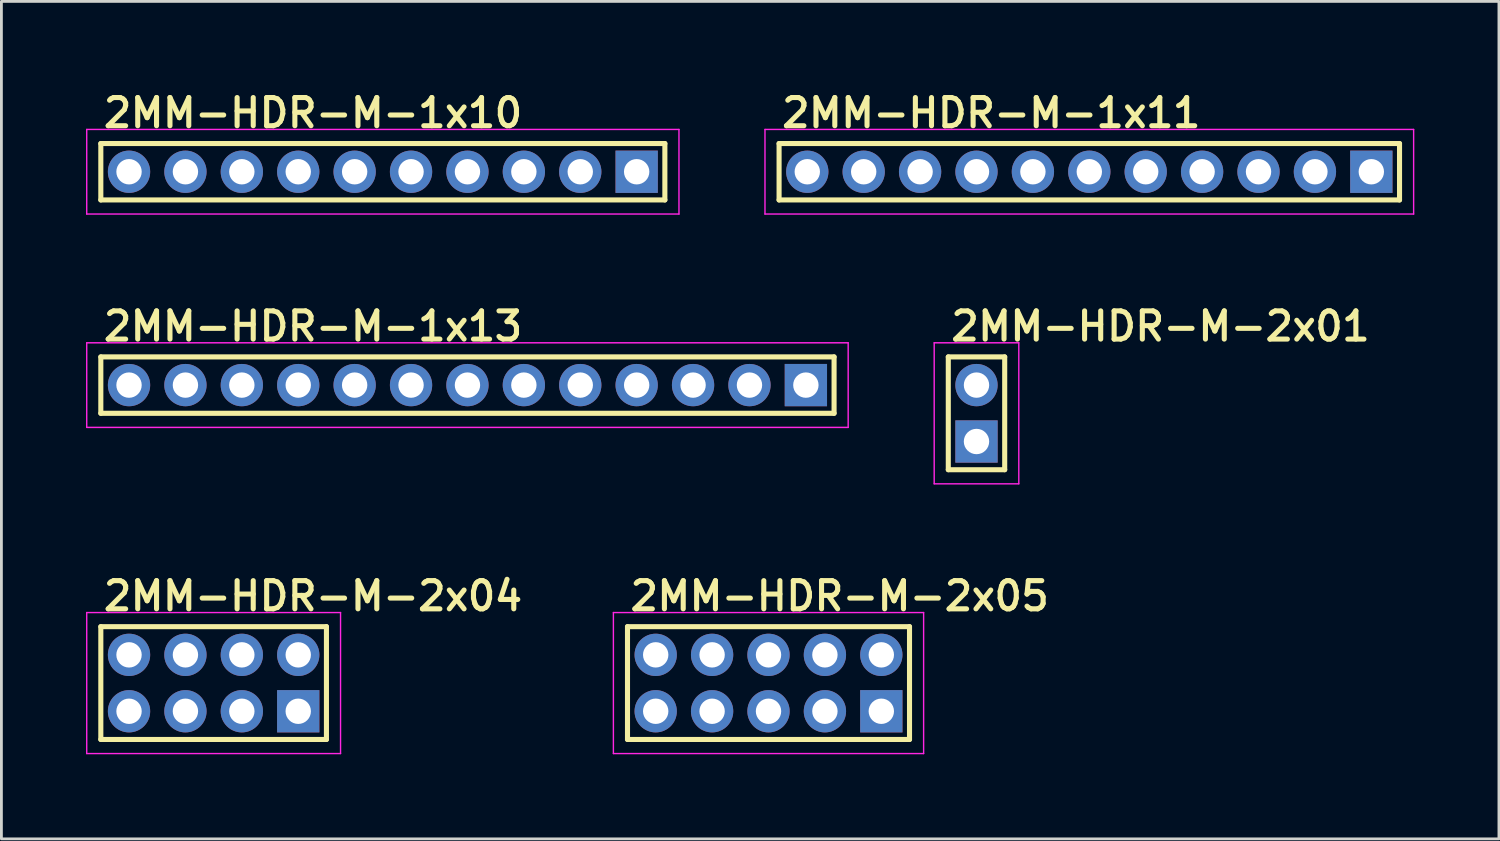
<source format=kicad_pcb>
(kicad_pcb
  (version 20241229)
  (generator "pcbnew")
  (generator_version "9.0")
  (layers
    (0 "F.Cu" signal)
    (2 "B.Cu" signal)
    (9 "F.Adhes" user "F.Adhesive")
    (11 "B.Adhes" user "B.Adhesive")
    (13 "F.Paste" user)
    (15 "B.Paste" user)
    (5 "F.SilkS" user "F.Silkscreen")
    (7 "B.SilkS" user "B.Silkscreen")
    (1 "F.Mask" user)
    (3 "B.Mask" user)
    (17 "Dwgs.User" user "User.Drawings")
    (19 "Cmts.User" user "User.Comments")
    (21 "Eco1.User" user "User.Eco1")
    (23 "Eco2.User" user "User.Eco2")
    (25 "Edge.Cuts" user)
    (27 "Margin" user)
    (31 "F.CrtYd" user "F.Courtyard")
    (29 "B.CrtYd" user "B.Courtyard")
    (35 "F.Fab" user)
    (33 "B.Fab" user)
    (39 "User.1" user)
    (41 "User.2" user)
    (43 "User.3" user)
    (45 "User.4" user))
  (footprint "2MM-HDR-M-2x05"
    (layer "F.Cu")
    (at 24.2 21.17)
    (property "Reference" "2MM-HDR-M-2x05" (at -5 -2.5 0) (layer "F.SilkS") (effects (font (size 1 1) (thickness 0.18)) (justify left bottom)))
    (attr through_hole)
    (fp_line (start -5 -2) (end 5 -2) (stroke (width 0.18) (type solid)) (layer "F.SilkS"))
    (fp_line (start -5 2) (end -5 -2) (stroke (width 0.18) (type solid)) (layer "F.SilkS"))
    (fp_line (start 5 -2) (end 5 2) (stroke (width 0.18) (type solid)) (layer "F.SilkS"))
    (fp_line (start 5 2) (end -5 2) (stroke (width 0.18) (type solid)) (layer "F.SilkS"))
    (fp_line (start -5.5 -2.5) (end 5.5 -2.5) (stroke (width 0.05) (type solid)) (layer "F.CrtYd"))
    (fp_line (start -5.5 2.5) (end -5.5 -2.5) (stroke (width 0.05) (type solid)) (layer "F.CrtYd"))
    (fp_line (start 5.5 -2.5) (end 5.5 2.5) (stroke (width 0.05) (type solid)) (layer "F.CrtYd"))
    (fp_line (start 5.5 2.5) (end -5.5 2.5) (stroke (width 0.05) (type solid)) (layer "F.CrtYd"))
    (pad "1" thru_hole rect (at 4 1) (size 1.5 1.5) (drill 0.9) (layers "*.Cu" "*.Mask"))
    (pad "2" thru_hole circle (at 4 -1) (size 1.5 1.5) (drill 0.9) (layers "*.Cu" "*.Mask"))
    (pad "3" thru_hole circle (at 2 1) (size 1.5 1.5) (drill 0.9) (layers "*.Cu" "*.Mask"))
    (pad "4" thru_hole circle (at 2 -1) (size 1.5 1.5) (drill 0.9) (layers "*.Cu" "*.Mask"))
    (pad "5" thru_hole circle (at 0 1) (size 1.5 1.5) (drill 0.9) (layers "*.Cu" "*.Mask"))
    (pad "6" thru_hole circle (at 0 -1) (size 1.5 1.5) (drill 0.9) (layers "*.Cu" "*.Mask"))
    (pad "7" thru_hole circle (at -2 1) (size 1.5 1.5) (drill 0.9) (layers "*.Cu" "*.Mask"))
    (pad "8" thru_hole circle (at -2 -1) (size 1.5 1.5) (drill 0.9) (layers "*.Cu" "*.Mask"))
    (pad "9" thru_hole circle (at -4 1) (size 1.5 1.5) (drill 0.9) (layers "*.Cu" "*.Mask"))
    (pad "10" thru_hole circle (at -4 -1) (size 1.5 1.5) (drill 0.9) (layers "*.Cu" "*.Mask")))
  (footprint "2MM-HDR-M-1x13"
    (layer "F.Cu")
    (at 13.525 10.605)
    (property "Reference" "2MM-HDR-M-1x13" (at -13 -1.5 0) (layer "F.SilkS") (effects (font (size 1 1) (thickness 0.18)) (justify left bottom)))
    (attr through_hole)
    (fp_line (start -13 -1) (end 13 -1) (stroke (width 0.18) (type solid)) (layer "F.SilkS"))
    (fp_line (start -13 1) (end -13 -1) (stroke (width 0.18) (type solid)) (layer "F.SilkS"))
    (fp_line (start 13 -1) (end 13 1) (stroke (width 0.18) (type solid)) (layer "F.SilkS"))
    (fp_line (start 13 1) (end -13 1) (stroke (width 0.18) (type solid)) (layer "F.SilkS"))
    (fp_line (start -13.5 -1.5) (end 13.5 -1.5) (stroke (width 0.05) (type solid)) (layer "F.CrtYd"))
    (fp_line (start -13.5 1.5) (end -13.5 -1.5) (stroke (width 0.05) (type solid)) (layer "F.CrtYd"))
    (fp_line (start 13.5 -1.5) (end 13.5 1.5) (stroke (width 0.05) (type solid)) (layer "F.CrtYd"))
    (fp_line (start 13.5 1.5) (end -13.5 1.5) (stroke (width 0.05) (type solid)) (layer "F.CrtYd"))
    (pad "1" thru_hole rect (at 12 0) (size 1.5 1.5) (drill 0.9) (layers "*.Cu" "*.Mask"))
    (pad "2" thru_hole circle (at 10 0 90) (size 1.5 1.5) (drill 0.9) (layers "*.Cu" "*.Mask"))
    (pad "3" thru_hole circle (at 8 0 90) (size 1.5 1.5) (drill 0.9) (layers "*.Cu" "*.Mask"))
    (pad "4" thru_hole circle (at 6 0 90) (size 1.5 1.5) (drill 0.9) (layers "*.Cu" "*.Mask"))
    (pad "5" thru_hole circle (at 4 0 90) (size 1.5 1.5) (drill 0.9) (layers "*.Cu" "*.Mask"))
    (pad "6" thru_hole circle (at 2 0 90) (size 1.5 1.5) (drill 0.9) (layers "*.Cu" "*.Mask"))
    (pad "7" thru_hole circle (at 0 0 90) (size 1.5 1.5) (drill 0.9) (layers "*.Cu" "*.Mask"))
    (pad "8" thru_hole circle (at -2 0 90) (size 1.5 1.5) (drill 0.9) (layers "*.Cu" "*.Mask"))
    (pad "9" thru_hole circle (at -4 0 90) (size 1.5 1.5) (drill 0.9) (layers "*.Cu" "*.Mask"))
    (pad "10" thru_hole circle (at -6 0 90) (size 1.5 1.5) (drill 0.9) (layers "*.Cu" "*.Mask"))
    (pad "11" thru_hole circle (at -8 0 90) (size 1.5 1.5) (drill 0.9) (layers "*.Cu" "*.Mask"))
    (pad "12" thru_hole circle (at -10 0 90) (size 1.5 1.5) (drill 0.9) (layers "*.Cu" "*.Mask"))
    (pad "13" thru_hole circle (at -12 0 90) (size 1.5 1.5) (drill 0.9) (layers "*.Cu" "*.Mask")))
  (footprint "2MM-HDR-M-2x04"
    (layer "F.Cu")
    (at 4.525 21.17)
    (property "Reference" "2MM-HDR-M-2x04" (at -4 -2.5 0) (layer "F.SilkS") (effects (font (size 1 1) (thickness 0.18)) (justify left bottom)))
    (attr through_hole)
    (fp_line (start -4 -2) (end 4 -2) (stroke (width 0.18) (type solid)) (layer "F.SilkS"))
    (fp_line (start -4 2) (end -4 -2) (stroke (width 0.18) (type solid)) (layer "F.SilkS"))
    (fp_line (start 4 -2) (end 4 2) (stroke (width 0.18) (type solid)) (layer "F.SilkS"))
    (fp_line (start 4 2) (end -4 2) (stroke (width 0.18) (type solid)) (layer "F.SilkS"))
    (fp_line (start -4.5 -2.5) (end 4.5 -2.5) (stroke (width 0.05) (type solid)) (layer "F.CrtYd"))
    (fp_line (start -4.5 2.5) (end -4.5 -2.5) (stroke (width 0.05) (type solid)) (layer "F.CrtYd"))
    (fp_line (start 4.5 -2.5) (end 4.5 2.5) (stroke (width 0.05) (type solid)) (layer "F.CrtYd"))
    (fp_line (start 4.5 2.5) (end -4.5 2.5) (stroke (width 0.05) (type solid)) (layer "F.CrtYd"))
    (pad "1" thru_hole rect (at 3 1) (size 1.5 1.5) (drill 0.9) (layers "*.Cu" "*.Mask"))
    (pad "2" thru_hole circle (at 3 -1) (size 1.5 1.5) (drill 0.9) (layers "*.Cu" "*.Mask"))
    (pad "3" thru_hole circle (at 1 1) (size 1.5 1.5) (drill 0.9) (layers "*.Cu" "*.Mask"))
    (pad "4" thru_hole circle (at 1 -1) (size 1.5 1.5) (drill 0.9) (layers "*.Cu" "*.Mask"))
    (pad "5" thru_hole circle (at -1 1) (size 1.5 1.5) (drill 0.9) (layers "*.Cu" "*.Mask"))
    (pad "6" thru_hole circle (at -1 -1) (size 1.5 1.5) (drill 0.9) (layers "*.Cu" "*.Mask"))
    (pad "7" thru_hole circle (at -3 1) (size 1.5 1.5) (drill 0.9) (layers "*.Cu" "*.Mask"))
    (pad "8" thru_hole circle (at -3 -1) (size 1.5 1.5) (drill 0.9) (layers "*.Cu" "*.Mask")))
  (footprint "2MM-HDR-M-1x10"
    (layer "F.Cu")
    (at 10.525 3.04)
    (property "Reference" "2MM-HDR-M-1x10" (at -10 -1.5 0) (layer "F.SilkS") (effects (font (size 1 1) (thickness 0.18)) (justify left bottom)))
    (attr through_hole)
    (fp_line (start -10 -1) (end 10 -1) (stroke (width 0.18) (type solid)) (layer "F.SilkS"))
    (fp_line (start -10 1) (end -10 -1) (stroke (width 0.18) (type solid)) (layer "F.SilkS"))
    (fp_line (start 10 -1) (end 10 1) (stroke (width 0.18) (type solid)) (layer "F.SilkS"))
    (fp_line (start 10 1) (end -10 1) (stroke (width 0.18) (type solid)) (layer "F.SilkS"))
    (fp_line (start -10.5 -1.5) (end 10.5 -1.5) (stroke (width 0.05) (type solid)) (layer "F.CrtYd"))
    (fp_line (start -10.5 1.5) (end -10.5 -1.5) (stroke (width 0.05) (type solid)) (layer "F.CrtYd"))
    (fp_line (start 10.5 -1.5) (end 10.5 1.5) (stroke (width 0.05) (type solid)) (layer "F.CrtYd"))
    (fp_line (start 10.5 1.5) (end -10.5 1.5) (stroke (width 0.05) (type solid)) (layer "F.CrtYd"))
    (pad "1" thru_hole rect (at 9 0) (size 1.5 1.5) (drill 0.9) (layers "*.Cu" "*.Mask"))
    (pad "2" thru_hole circle (at 7 0 90) (size 1.5 1.5) (drill 0.9) (layers "*.Cu" "*.Mask"))
    (pad "3" thru_hole circle (at 5 0 90) (size 1.5 1.5) (drill 0.9) (layers "*.Cu" "*.Mask"))
    (pad "4" thru_hole circle (at 3 0 90) (size 1.5 1.5) (drill 0.9) (layers "*.Cu" "*.Mask"))
    (pad "5" thru_hole circle (at 1 0 90) (size 1.5 1.5) (drill 0.9) (layers "*.Cu" "*.Mask"))
    (pad "6" thru_hole circle (at -1 0 90) (size 1.5 1.5) (drill 0.9) (layers "*.Cu" "*.Mask"))
    (pad "7" thru_hole circle (at -3 0 90) (size 1.5 1.5) (drill 0.9) (layers "*.Cu" "*.Mask"))
    (pad "8" thru_hole circle (at -5 0 90) (size 1.5 1.5) (drill 0.9) (layers "*.Cu" "*.Mask"))
    (pad "9" thru_hole circle (at -7 0 90) (size 1.5 1.5) (drill 0.9) (layers "*.Cu" "*.Mask"))
    (pad "10" thru_hole circle (at -9 0 90) (size 1.5 1.5) (drill 0.9) (layers "*.Cu" "*.Mask")))
  (footprint "2MM-HDR-M-2x01"
    (layer "F.Cu")
    (at 31.575 11.605)
    (property "Reference" "2MM-HDR-M-2x01" (at -1 -2.5 0) (layer "F.SilkS") (effects (font (size 1 1) (thickness 0.18)) (justify left bottom)))
    (attr through_hole)
    (fp_line (start -1 -2) (end 1 -2) (stroke (width 0.18) (type solid)) (layer "F.SilkS"))
    (fp_line (start -1 2) (end -1 -2) (stroke (width 0.18) (type solid)) (layer "F.SilkS"))
    (fp_line (start 1 -2) (end 1 2) (stroke (width 0.18) (type solid)) (layer "F.SilkS"))
    (fp_line (start 1 2) (end -1 2) (stroke (width 0.18) (type solid)) (layer "F.SilkS"))
    (fp_line (start -1.5 -2.5) (end 1.5 -2.5) (stroke (width 0.05) (type solid)) (layer "F.CrtYd"))
    (fp_line (start -1.5 2.5) (end -1.5 -2.5) (stroke (width 0.05) (type solid)) (layer "F.CrtYd"))
    (fp_line (start 1.5 -2.5) (end 1.5 2.5) (stroke (width 0.05) (type solid)) (layer "F.CrtYd"))
    (fp_line (start 1.5 2.5) (end -1.5 2.5) (stroke (width 0.05) (type solid)) (layer "F.CrtYd"))
    (pad "1" thru_hole rect (at 0 1) (size 1.5 1.5) (drill 0.9) (layers "*.Cu" "*.Mask"))
    (pad "2" thru_hole circle (at 0 -1) (size 1.5 1.5) (drill 0.9) (layers "*.Cu" "*.Mask")))
  (footprint "2MM-HDR-M-1x11"
    (layer "F.Cu")
    (at 35.575 3.04)
    (property "Reference" "2MM-HDR-M-1x11" (at -11 -1.5 0) (layer "F.SilkS") (effects (font (size 1 1) (thickness 0.18)) (justify left bottom)))
    (attr through_hole)
    (fp_line (start -11 -1) (end 11 -1) (stroke (width 0.18) (type solid)) (layer "F.SilkS"))
    (fp_line (start -11 1) (end -11 -1) (stroke (width 0.18) (type solid)) (layer "F.SilkS"))
    (fp_line (start 11 -1) (end 11 1) (stroke (width 0.18) (type solid)) (layer "F.SilkS"))
    (fp_line (start 11 1) (end -11 1) (stroke (width 0.18) (type solid)) (layer "F.SilkS"))
    (fp_line (start -11.5 -1.5) (end 11.5 -1.5) (stroke (width 0.05) (type solid)) (layer "F.CrtYd"))
    (fp_line (start -11.5 1.5) (end -11.5 -1.5) (stroke (width 0.05) (type solid)) (layer "F.CrtYd"))
    (fp_line (start 11.5 -1.5) (end 11.5 1.5) (stroke (width 0.05) (type solid)) (layer "F.CrtYd"))
    (fp_line (start 11.5 1.5) (end -11.5 1.5) (stroke (width 0.05) (type solid)) (layer "F.CrtYd"))
    (pad "1" thru_hole rect (at 10 0) (size 1.5 1.5) (drill 0.9) (layers "*.Cu" "*.Mask"))
    (pad "2" thru_hole circle (at 8 0 90) (size 1.5 1.5) (drill 0.9) (layers "*.Cu" "*.Mask"))
    (pad "3" thru_hole circle (at 6 0 90) (size 1.5 1.5) (drill 0.9) (layers "*.Cu" "*.Mask"))
    (pad "4" thru_hole circle (at 4 0 90) (size 1.5 1.5) (drill 0.9) (layers "*.Cu" "*.Mask"))
    (pad "5" thru_hole circle (at 2 0 90) (size 1.5 1.5) (drill 0.9) (layers "*.Cu" "*.Mask"))
    (pad "6" thru_hole circle (at 0 0 90) (size 1.5 1.5) (drill 0.9) (layers "*.Cu" "*.Mask"))
    (pad "7" thru_hole circle (at -2 0 90) (size 1.5 1.5) (drill 0.9) (layers "*.Cu" "*.Mask"))
    (pad "8" thru_hole circle (at -4 0 90) (size 1.5 1.5) (drill 0.9) (layers "*.Cu" "*.Mask"))
    (pad "9" thru_hole circle (at -6 0 90) (size 1.5 1.5) (drill 0.9) (layers "*.Cu" "*.Mask"))
    (pad "10" thru_hole circle (at -8 0 90) (size 1.5 1.5) (drill 0.9) (layers "*.Cu" "*.Mask"))
    (pad "11" thru_hole circle (at -10 0 90) (size 1.5 1.5) (drill 0.9) (layers "*.Cu" "*.Mask")))
  (gr_rect
    (start -3 -3)
    (end 50.1 26.695)
    (stroke (width 0.1) (type default))
    (fill no)
    (layer "Edge.Cuts")))
</source>
